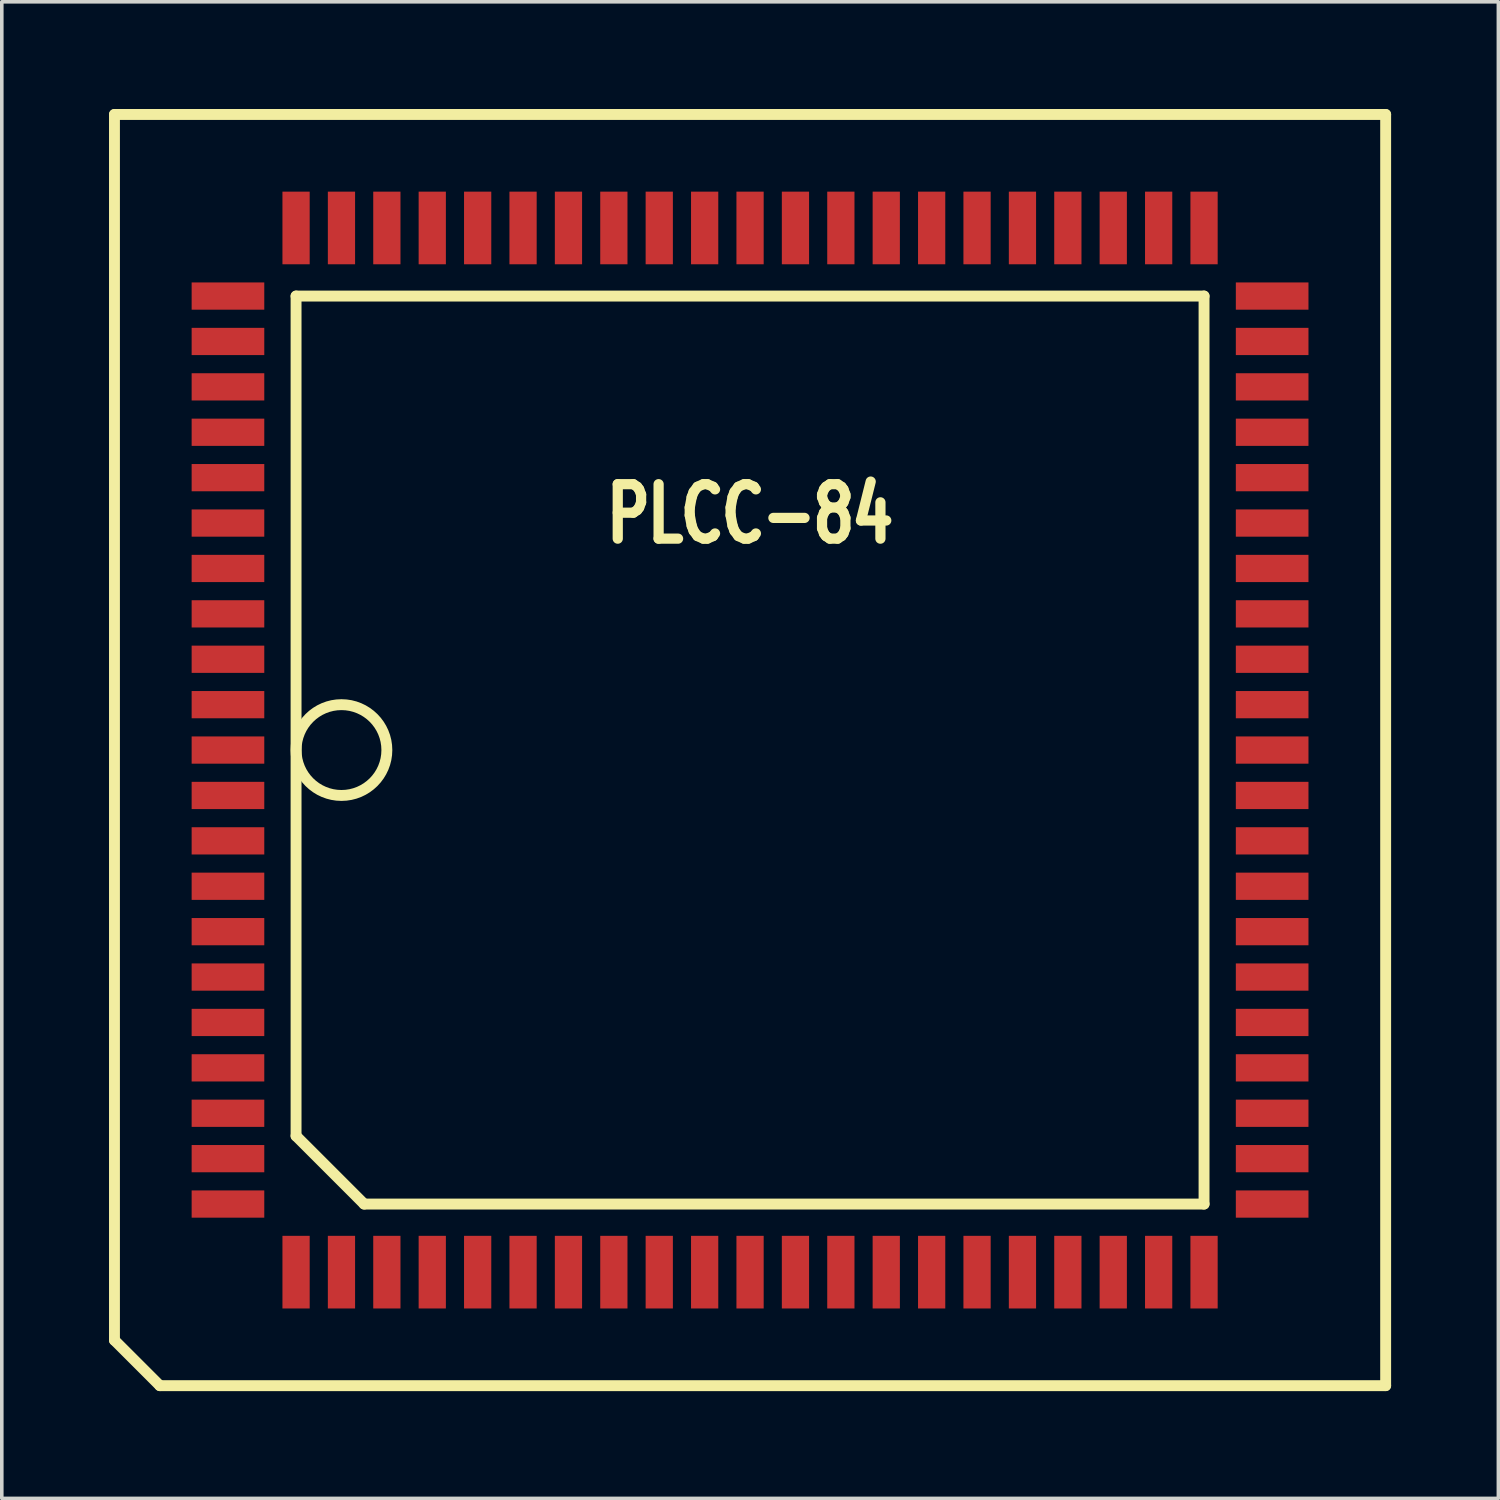
<source format=kicad_pcb>
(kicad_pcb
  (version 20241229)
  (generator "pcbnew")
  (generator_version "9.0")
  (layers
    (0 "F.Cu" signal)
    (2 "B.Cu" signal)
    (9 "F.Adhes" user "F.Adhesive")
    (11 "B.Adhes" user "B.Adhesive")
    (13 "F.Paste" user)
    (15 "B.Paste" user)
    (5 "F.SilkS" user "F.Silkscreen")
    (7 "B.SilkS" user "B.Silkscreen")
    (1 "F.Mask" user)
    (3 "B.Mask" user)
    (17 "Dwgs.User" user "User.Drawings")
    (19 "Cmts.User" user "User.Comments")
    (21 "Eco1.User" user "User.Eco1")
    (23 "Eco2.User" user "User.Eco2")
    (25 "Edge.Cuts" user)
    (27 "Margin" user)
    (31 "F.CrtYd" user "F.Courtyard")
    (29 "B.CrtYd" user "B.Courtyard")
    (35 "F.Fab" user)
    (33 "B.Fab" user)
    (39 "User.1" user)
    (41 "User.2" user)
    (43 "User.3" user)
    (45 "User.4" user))
  (footprint "PLCC-84"
    (layer "F.Cu")
    (at 17.932 17.932)
    (property "Reference" "PLCC-84" (at 0 -6.604 0) (layer "F.SilkS") (effects (font (size 1.524 1.143) (thickness 0.305))))
    (attr smd)
    (fp_line (start -17.78 -17.78) (end -17.78 16.51) (stroke (width 0.305) (type solid)) (layer "F.SilkS"))
    (fp_line (start -17.78 16.51) (end -16.51 17.78) (stroke (width 0.305) (type solid)) (layer "F.SilkS"))
    (fp_line (start -16.51 17.78) (end 17.78 17.78) (stroke (width 0.305) (type solid)) (layer "F.SilkS"))
    (fp_line (start -12.7 -12.7) (end 12.7 -12.7) (stroke (width 0.305) (type solid)) (layer "F.SilkS"))
    (fp_line (start -12.7 10.795) (end -12.7 -12.7) (stroke (width 0.305) (type solid)) (layer "F.SilkS"))
    (fp_line (start -10.795 12.7) (end -12.7 10.795) (stroke (width 0.305) (type solid)) (layer "F.SilkS"))
    (fp_line (start 12.7 -12.7) (end 12.7 12.7) (stroke (width 0.305) (type solid)) (layer "F.SilkS"))
    (fp_line (start 12.7 12.7) (end -10.795 12.7) (stroke (width 0.305) (type solid)) (layer "F.SilkS"))
    (fp_line (start 17.78 -17.78) (end -17.78 -17.78) (stroke (width 0.305) (type solid)) (layer "F.SilkS"))
    (fp_line (start 17.78 17.78) (end 17.78 -17.78) (stroke (width 0.305) (type solid)) (layer "F.SilkS"))
    (fp_circle (center -11.43 0) (end -12.7 0) (stroke (width 0.305) (type solid)) (fill no) (layer "F.SilkS"))
    (pad "1" smd rect (at -14.605 0) (size 2.032 0.762) (layers "F.Cu" "F.Mask" "F.Paste"))
    (pad "2" smd rect (at -14.605 1.27) (size 2.032 0.762) (layers "F.Cu" "F.Mask" "F.Paste"))
    (pad "3" smd rect (at -14.605 2.54) (size 2.032 0.762) (layers "F.Cu" "F.Mask" "F.Paste"))
    (pad "4" smd rect (at -14.605 3.81) (size 2.032 0.762) (layers "F.Cu" "F.Mask" "F.Paste"))
    (pad "5" smd rect (at -14.605 5.08) (size 2.032 0.762) (layers "F.Cu" "F.Mask" "F.Paste"))
    (pad "6" smd rect (at -14.605 6.35) (size 2.032 0.762) (layers "F.Cu" "F.Mask" "F.Paste"))
    (pad "7" smd rect (at -14.605 7.62) (size 2.032 0.762) (layers "F.Cu" "F.Mask" "F.Paste"))
    (pad "8" smd rect (at -14.605 8.89) (size 2.032 0.762) (layers "F.Cu" "F.Mask" "F.Paste"))
    (pad "9" smd rect (at -14.605 10.16) (size 2.032 0.762) (layers "F.Cu" "F.Mask" "F.Paste"))
    (pad "10" smd rect (at -14.605 11.43) (size 2.032 0.762) (layers "F.Cu" "F.Mask" "F.Paste"))
    (pad "11" smd rect (at -14.605 12.7) (size 2.032 0.762) (layers "F.Cu" "F.Mask" "F.Paste"))
    (pad "12" smd rect (at -12.7 14.605) (size 0.762 2.032) (layers "F.Cu" "F.Mask" "F.Paste"))
    (pad "13" smd rect (at -11.43 14.605) (size 0.762 2.032) (layers "F.Cu" "F.Mask" "F.Paste"))
    (pad "14" smd rect (at -10.16 14.605) (size 0.762 2.032) (layers "F.Cu" "F.Mask" "F.Paste"))
    (pad "15" smd rect (at -8.89 14.605) (size 0.762 2.032) (layers "F.Cu" "F.Mask" "F.Paste"))
    (pad "16" smd rect (at -7.62 14.605) (size 0.762 2.032) (layers "F.Cu" "F.Mask" "F.Paste"))
    (pad "17" smd rect (at -6.35 14.605) (size 0.762 2.032) (layers "F.Cu" "F.Mask" "F.Paste"))
    (pad "18" smd rect (at -5.08 14.605) (size 0.762 2.032) (layers "F.Cu" "F.Mask" "F.Paste"))
    (pad "19" smd rect (at -3.81 14.605) (size 0.762 2.032) (layers "F.Cu" "F.Mask" "F.Paste"))
    (pad "20" smd rect (at -2.54 14.605) (size 0.762 2.032) (layers "F.Cu" "F.Mask" "F.Paste"))
    (pad "21" smd rect (at -1.27 14.605) (size 0.762 2.032) (layers "F.Cu" "F.Mask" "F.Paste"))
    (pad "22" smd rect (at 0 14.605) (size 0.762 2.032) (layers "F.Cu" "F.Mask" "F.Paste"))
    (pad "23" smd rect (at 1.27 14.605) (size 0.762 2.032) (layers "F.Cu" "F.Mask" "F.Paste"))
    (pad "24" smd rect (at 2.54 14.605) (size 0.762 2.032) (layers "F.Cu" "F.Mask" "F.Paste"))
    (pad "25" smd rect (at 3.81 14.605) (size 0.762 2.032) (layers "F.Cu" "F.Mask" "F.Paste"))
    (pad "26" smd rect (at 5.08 14.605) (size 0.762 2.032) (layers "F.Cu" "F.Mask" "F.Paste"))
    (pad "27" smd rect (at 6.35 14.605) (size 0.762 2.032) (layers "F.Cu" "F.Mask" "F.Paste"))
    (pad "28" smd rect (at 7.62 14.605) (size 0.762 2.032) (layers "F.Cu" "F.Mask" "F.Paste"))
    (pad "29" smd rect (at 8.89 14.605) (size 0.762 2.032) (layers "F.Cu" "F.Mask" "F.Paste"))
    (pad "30" smd rect (at 10.16 14.605) (size 0.762 2.032) (layers "F.Cu" "F.Mask" "F.Paste"))
    (pad "31" smd rect (at 11.43 14.605) (size 0.762 2.032) (layers "F.Cu" "F.Mask" "F.Paste"))
    (pad "32" smd rect (at 12.7 14.605) (size 0.762 2.032) (layers "F.Cu" "F.Mask" "F.Paste"))
    (pad "33" smd rect (at 14.605 12.7) (size 2.032 0.762) (layers "F.Cu" "F.Mask" "F.Paste"))
    (pad "34" smd rect (at 14.605 11.43) (size 2.032 0.762) (layers "F.Cu" "F.Mask" "F.Paste"))
    (pad "35" smd rect (at 14.605 10.16) (size 2.032 0.762) (layers "F.Cu" "F.Mask" "F.Paste"))
    (pad "36" smd rect (at 14.605 8.89) (size 2.032 0.762) (layers "F.Cu" "F.Mask" "F.Paste"))
    (pad "37" smd rect (at 14.605 7.62) (size 2.032 0.762) (layers "F.Cu" "F.Mask" "F.Paste"))
    (pad "38" smd rect (at 14.605 6.35) (size 2.032 0.762) (layers "F.Cu" "F.Mask" "F.Paste"))
    (pad "39" smd rect (at 14.605 5.08) (size 2.032 0.762) (layers "F.Cu" "F.Mask" "F.Paste"))
    (pad "40" smd rect (at 14.605 3.81) (size 2.032 0.762) (layers "F.Cu" "F.Mask" "F.Paste"))
    (pad "41" smd rect (at 14.605 2.54) (size 2.032 0.762) (layers "F.Cu" "F.Mask" "F.Paste"))
    (pad "42" smd rect (at 14.605 1.27) (size 2.032 0.762) (layers "F.Cu" "F.Mask" "F.Paste"))
    (pad "43" smd rect (at 14.605 0) (size 2.032 0.762) (layers "F.Cu" "F.Mask" "F.Paste"))
    (pad "44" smd rect (at 14.605 -1.27) (size 2.032 0.762) (layers "F.Cu" "F.Mask" "F.Paste"))
    (pad "45" smd rect (at 14.605 -2.54) (size 2.032 0.762) (layers "F.Cu" "F.Mask" "F.Paste"))
    (pad "46" smd rect (at 14.605 -3.81) (size 2.032 0.762) (layers "F.Cu" "F.Mask" "F.Paste"))
    (pad "47" smd rect (at 14.605 -5.08) (size 2.032 0.762) (layers "F.Cu" "F.Mask" "F.Paste"))
    (pad "48" smd rect (at 14.605 -6.35) (size 2.032 0.762) (layers "F.Cu" "F.Mask" "F.Paste"))
    (pad "49" smd rect (at 14.605 -7.62) (size 2.032 0.762) (layers "F.Cu" "F.Mask" "F.Paste"))
    (pad "50" smd rect (at 14.605 -8.89) (size 2.032 0.762) (layers "F.Cu" "F.Mask" "F.Paste"))
    (pad "51" smd rect (at 14.605 -10.16) (size 2.032 0.762) (layers "F.Cu" "F.Mask" "F.Paste"))
    (pad "52" smd rect (at 14.605 -11.43) (size 2.032 0.762) (layers "F.Cu" "F.Mask" "F.Paste"))
    (pad "53" smd rect (at 14.605 -12.7) (size 2.032 0.762) (layers "F.Cu" "F.Mask" "F.Paste"))
    (pad "54" smd rect (at 12.7 -14.605) (size 0.762 2.032) (layers "F.Cu" "F.Mask" "F.Paste"))
    (pad "55" smd rect (at 11.43 -14.605) (size 0.762 2.032) (layers "F.Cu" "F.Mask" "F.Paste"))
    (pad "56" smd rect (at 10.16 -14.605) (size 0.762 2.032) (layers "F.Cu" "F.Mask" "F.Paste"))
    (pad "57" smd rect (at 8.89 -14.605) (size 0.762 2.032) (layers "F.Cu" "F.Mask" "F.Paste"))
    (pad "58" smd rect (at 7.62 -14.605) (size 0.762 2.032) (layers "F.Cu" "F.Mask" "F.Paste"))
    (pad "59" smd rect (at 6.35 -14.605) (size 0.762 2.032) (layers "F.Cu" "F.Mask" "F.Paste"))
    (pad "60" smd rect (at 5.08 -14.605) (size 0.762 2.032) (layers "F.Cu" "F.Mask" "F.Paste"))
    (pad "61" smd rect (at 3.81 -14.605) (size 0.762 2.032) (layers "F.Cu" "F.Mask" "F.Paste"))
    (pad "62" smd rect (at 2.54 -14.605) (size 0.762 2.032) (layers "F.Cu" "F.Mask" "F.Paste"))
    (pad "63" smd rect (at 1.27 -14.605) (size 0.762 2.032) (layers "F.Cu" "F.Mask" "F.Paste"))
    (pad "64" smd rect (at 0 -14.605) (size 0.762 2.032) (layers "F.Cu" "F.Mask" "F.Paste"))
    (pad "65" smd rect (at -1.27 -14.605) (size 0.762 2.032) (layers "F.Cu" "F.Mask" "F.Paste"))
    (pad "66" smd rect (at -2.54 -14.605) (size 0.762 2.032) (layers "F.Cu" "F.Mask" "F.Paste"))
    (pad "67" smd rect (at -3.81 -14.605) (size 0.762 2.032) (layers "F.Cu" "F.Mask" "F.Paste"))
    (pad "68" smd rect (at -5.08 -14.605) (size 0.762 2.032) (layers "F.Cu" "F.Mask" "F.Paste"))
    (pad "69" smd rect (at -6.35 -14.605) (size 0.762 2.032) (layers "F.Cu" "F.Mask" "F.Paste"))
    (pad "70" smd rect (at -7.62 -14.605) (size 0.762 2.032) (layers "F.Cu" "F.Mask" "F.Paste"))
    (pad "71" smd rect (at -8.89 -14.605) (size 0.762 2.032) (layers "F.Cu" "F.Mask" "F.Paste"))
    (pad "72" smd rect (at -10.16 -14.605) (size 0.762 2.032) (layers "F.Cu" "F.Mask" "F.Paste"))
    (pad "73" smd rect (at -11.43 -14.605) (size 0.762 2.032) (layers "F.Cu" "F.Mask" "F.Paste"))
    (pad "74" smd rect (at -12.7 -14.605) (size 0.762 2.032) (layers "F.Cu" "F.Mask" "F.Paste"))
    (pad "75" smd rect (at -14.605 -12.7) (size 2.032 0.762) (layers "F.Cu" "F.Mask" "F.Paste"))
    (pad "76" smd rect (at -14.605 -11.43) (size 2.032 0.762) (layers "F.Cu" "F.Mask" "F.Paste"))
    (pad "77" smd rect (at -14.605 -10.16) (size 2.032 0.762) (layers "F.Cu" "F.Mask" "F.Paste"))
    (pad "78" smd rect (at -14.605 -8.89) (size 2.032 0.762) (layers "F.Cu" "F.Mask" "F.Paste"))
    (pad "79" smd rect (at -14.605 -7.62) (size 2.032 0.762) (layers "F.Cu" "F.Mask" "F.Paste"))
    (pad "80" smd rect (at -14.605 -6.35) (size 2.032 0.762) (layers "F.Cu" "F.Mask" "F.Paste"))
    (pad "81" smd rect (at -14.605 -5.08) (size 2.032 0.762) (layers "F.Cu" "F.Mask" "F.Paste"))
    (pad "82" smd rect (at -14.605 -3.81) (size 2.032 0.762) (layers "F.Cu" "F.Mask" "F.Paste"))
    (pad "83" smd rect (at -14.605 -2.54) (size 2.032 0.762) (layers "F.Cu" "F.Mask" "F.Paste"))
    (pad "84" smd rect (at -14.605 -1.27) (size 2.032 0.762) (layers "F.Cu" "F.Mask" "F.Paste")))
  (gr_rect
    (start -3 -3)
    (end 38.865 38.865)
    (stroke (width 0.1) (type default))
    (fill no)
    (layer "Edge.Cuts")))
</source>
